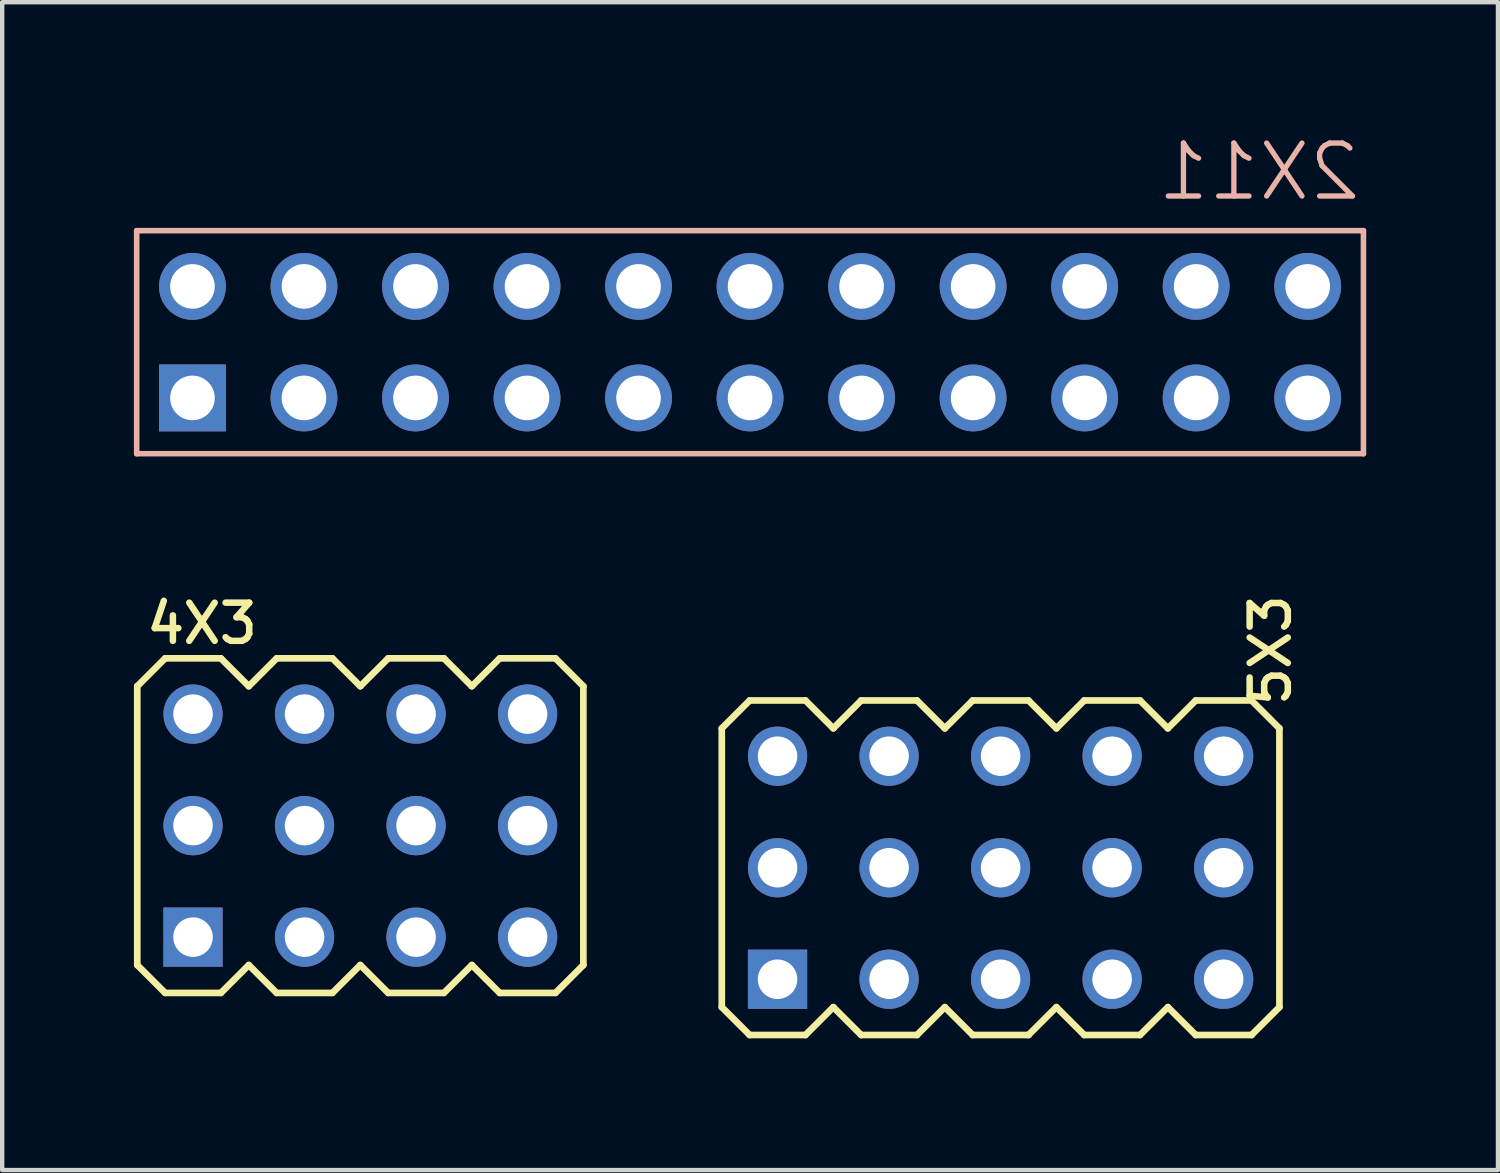
<source format=kicad_pcb>
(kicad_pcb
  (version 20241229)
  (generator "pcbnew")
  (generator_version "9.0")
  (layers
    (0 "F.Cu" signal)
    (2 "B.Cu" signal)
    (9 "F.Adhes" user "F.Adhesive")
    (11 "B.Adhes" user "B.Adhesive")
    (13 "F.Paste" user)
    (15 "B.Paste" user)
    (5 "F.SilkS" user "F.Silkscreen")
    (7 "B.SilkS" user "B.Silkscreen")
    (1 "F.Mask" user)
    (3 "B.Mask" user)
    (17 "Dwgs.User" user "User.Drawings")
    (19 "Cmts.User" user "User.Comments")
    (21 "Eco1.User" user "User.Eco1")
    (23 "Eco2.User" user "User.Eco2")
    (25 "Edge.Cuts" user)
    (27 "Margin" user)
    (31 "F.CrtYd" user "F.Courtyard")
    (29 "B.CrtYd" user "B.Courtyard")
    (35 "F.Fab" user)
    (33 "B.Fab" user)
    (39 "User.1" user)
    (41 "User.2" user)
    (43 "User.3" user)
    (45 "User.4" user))
  (footprint "2X11"
    (layer "F.Cu")
    (at 11.493 4.743)
    (property "Reference" "2X11" (at 16.51 -3.175 0) (layer "B.SilkS") (effects (font (size 1.206 1.206) (thickness 0.121)) (justify left bottom mirror)))
    (attr through_hole)
    (fp_line (start -11.43 -2.54) (end -11.43 2.54) (stroke (width 0.127) (type solid)) (layer "B.SilkS"))
    (fp_line (start -11.43 2.54) (end 16.51 2.54) (stroke (width 0.127) (type solid)) (layer "B.SilkS"))
    (fp_line (start 16.51 -2.54) (end -11.43 -2.54) (stroke (width 0.127) (type solid)) (layer "B.SilkS"))
    (fp_line (start 16.51 2.54) (end 16.51 -2.54) (stroke (width 0.127) (type solid)) (layer "B.SilkS"))
    (fp_poly (pts (xy -10.414 -1.016) (xy -9.906 -1.016) (xy -9.906 -1.524) (xy -10.414 -1.524)) (stroke (width 0.1) (type solid)) (fill no) (layer "F.Fab"))
    (fp_poly (pts (xy -10.414 1.524) (xy -9.906 1.524) (xy -9.906 1.016) (xy -10.414 1.016)) (stroke (width 0.1) (type solid)) (fill no) (layer "F.Fab"))
    (fp_poly (pts (xy -7.874 -1.016) (xy -7.366 -1.016) (xy -7.366 -1.524) (xy -7.874 -1.524)) (stroke (width 0.1) (type solid)) (fill no) (layer "F.Fab"))
    (fp_poly (pts (xy -7.874 1.524) (xy -7.366 1.524) (xy -7.366 1.016) (xy -7.874 1.016)) (stroke (width 0.1) (type solid)) (fill no) (layer "F.Fab"))
    (fp_poly (pts (xy -5.334 -1.016) (xy -4.826 -1.016) (xy -4.826 -1.524) (xy -5.334 -1.524)) (stroke (width 0.1) (type solid)) (fill no) (layer "F.Fab"))
    (fp_poly (pts (xy -5.334 1.524) (xy -4.826 1.524) (xy -4.826 1.016) (xy -5.334 1.016)) (stroke (width 0.1) (type solid)) (fill no) (layer "F.Fab"))
    (fp_poly (pts (xy -2.794 -1.016) (xy -2.286 -1.016) (xy -2.286 -1.524) (xy -2.794 -1.524)) (stroke (width 0.1) (type solid)) (fill no) (layer "F.Fab"))
    (fp_poly (pts (xy -2.794 1.524) (xy -2.286 1.524) (xy -2.286 1.016) (xy -2.794 1.016)) (stroke (width 0.1) (type solid)) (fill no) (layer "F.Fab"))
    (fp_poly (pts (xy -0.254 -1.016) (xy 0.254 -1.016) (xy 0.254 -1.524) (xy -0.254 -1.524)) (stroke (width 0.1) (type solid)) (fill no) (layer "F.Fab"))
    (fp_poly (pts (xy -0.254 1.524) (xy 0.254 1.524) (xy 0.254 1.016) (xy -0.254 1.016)) (stroke (width 0.1) (type solid)) (fill no) (layer "F.Fab"))
    (fp_poly (pts (xy 2.286 -1.016) (xy 2.794 -1.016) (xy 2.794 -1.524) (xy 2.286 -1.524)) (stroke (width 0.1) (type solid)) (fill no) (layer "F.Fab"))
    (fp_poly (pts (xy 2.286 1.524) (xy 2.794 1.524) (xy 2.794 1.016) (xy 2.286 1.016)) (stroke (width 0.1) (type solid)) (fill no) (layer "F.Fab"))
    (fp_poly (pts (xy 4.826 -1.016) (xy 5.334 -1.016) (xy 5.334 -1.524) (xy 4.826 -1.524)) (stroke (width 0.1) (type solid)) (fill no) (layer "F.Fab"))
    (fp_poly (pts (xy 4.826 1.524) (xy 5.334 1.524) (xy 5.334 1.016) (xy 4.826 1.016)) (stroke (width 0.1) (type solid)) (fill no) (layer "F.Fab"))
    (fp_poly (pts (xy 7.366 -1.016) (xy 7.874 -1.016) (xy 7.874 -1.524) (xy 7.366 -1.524)) (stroke (width 0.1) (type solid)) (fill no) (layer "F.Fab"))
    (fp_poly (pts (xy 7.366 1.524) (xy 7.874 1.524) (xy 7.874 1.016) (xy 7.366 1.016)) (stroke (width 0.1) (type solid)) (fill no) (layer "F.Fab"))
    (fp_poly (pts (xy 9.906 -1.016) (xy 10.414 -1.016) (xy 10.414 -1.524) (xy 9.906 -1.524)) (stroke (width 0.1) (type solid)) (fill no) (layer "F.Fab"))
    (fp_poly (pts (xy 9.906 1.524) (xy 10.414 1.524) (xy 10.414 1.016) (xy 9.906 1.016)) (stroke (width 0.1) (type solid)) (fill no) (layer "F.Fab"))
    (pad "1" thru_hole rect (at -10.16 1.27) (size 1.524 1.524) (drill 1.016) (layers "*.Cu" "*.Mask"))
    (pad "2" thru_hole circle (at -10.16 -1.27) (size 1.524 1.524) (drill 1.016) (layers "*.Cu" "*.Mask"))
    (pad "3" thru_hole circle (at -7.62 1.27) (size 1.524 1.524) (drill 1.016) (layers "*.Cu" "*.Mask"))
    (pad "4" thru_hole circle (at -7.62 -1.27) (size 1.524 1.524) (drill 1.016) (layers "*.Cu" "*.Mask"))
    (pad "5" thru_hole circle (at -5.08 1.27) (size 1.524 1.524) (drill 1.016) (layers "*.Cu" "*.Mask"))
    (pad "6" thru_hole circle (at -5.08 -1.27) (size 1.524 1.524) (drill 1.016) (layers "*.Cu" "*.Mask"))
    (pad "7" thru_hole circle (at -2.54 1.27) (size 1.524 1.524) (drill 1.016) (layers "*.Cu" "*.Mask"))
    (pad "8" thru_hole circle (at -2.54 -1.27) (size 1.524 1.524) (drill 1.016) (layers "*.Cu" "*.Mask"))
    (pad "9" thru_hole circle (at 0 1.27) (size 1.524 1.524) (drill 1.016) (layers "*.Cu" "*.Mask"))
    (pad "10" thru_hole circle (at 0 -1.27) (size 1.524 1.524) (drill 1.016) (layers "*.Cu" "*.Mask"))
    (pad "11" thru_hole circle (at 2.54 1.27) (size 1.524 1.524) (drill 1.016) (layers "*.Cu" "*.Mask"))
    (pad "12" thru_hole circle (at 2.54 -1.27) (size 1.524 1.524) (drill 1.016) (layers "*.Cu" "*.Mask"))
    (pad "13" thru_hole circle (at 5.08 1.27) (size 1.524 1.524) (drill 1.016) (layers "*.Cu" "*.Mask"))
    (pad "14" thru_hole circle (at 5.08 -1.27) (size 1.524 1.524) (drill 1.016) (layers "*.Cu" "*.Mask"))
    (pad "15" thru_hole circle (at 7.62 1.27) (size 1.524 1.524) (drill 1.016) (layers "*.Cu" "*.Mask"))
    (pad "16" thru_hole circle (at 7.62 -1.27) (size 1.524 1.524) (drill 1.016) (layers "*.Cu" "*.Mask"))
    (pad "17" thru_hole circle (at 10.16 1.27) (size 1.524 1.524) (drill 1.016) (layers "*.Cu" "*.Mask"))
    (pad "18" thru_hole circle (at 10.16 -1.27) (size 1.524 1.524) (drill 1.016) (layers "*.Cu" "*.Mask"))
    (pad "19" thru_hole circle (at 12.7 1.27) (size 1.524 1.524) (drill 1.016) (layers "*.Cu" "*.Mask"))
    (pad "20" thru_hole circle (at 12.7 -1.27) (size 1.524 1.524) (drill 1.016) (layers "*.Cu" "*.Mask"))
    (pad "21" thru_hole circle (at 15.24 1.27) (size 1.524 1.524) (drill 1.016) (layers "*.Cu" "*.Mask"))
    (pad "22" thru_hole circle (at 15.24 -1.27) (size 1.524 1.524) (drill 1.016) (layers "*.Cu" "*.Mask")))
  (footprint "5X3"
    (layer "F.Cu")
    (at 17.199 16.713)
    (property "Reference" "5X3" (at 9.195 -3.615 270) (layer "F.SilkS") (effects (font (size 0.869 0.869) (thickness 0.148)) (justify left bottom)))
    (attr through_hole)
    (fp_line (start -3.81 -3.175) (end -3.81 3.175) (stroke (width 0.152) (type solid)) (layer "F.SilkS"))
    (fp_line (start -3.81 3.175) (end -3.175 3.81) (stroke (width 0.152) (type solid)) (layer "F.SilkS"))
    (fp_line (start -3.175 -3.81) (end -3.81 -3.175) (stroke (width 0.152) (type solid)) (layer "F.SilkS"))
    (fp_line (start -3.175 3.81) (end -1.905 3.81) (stroke (width 0.152) (type solid)) (layer "F.SilkS"))
    (fp_line (start -1.905 -3.81) (end -3.175 -3.81) (stroke (width 0.152) (type solid)) (layer "F.SilkS"))
    (fp_line (start -1.905 3.81) (end -1.27 3.175) (stroke (width 0.152) (type solid)) (layer "F.SilkS"))
    (fp_line (start -1.27 -3.175) (end -1.905 -3.81) (stroke (width 0.152) (type solid)) (layer "F.SilkS"))
    (fp_line (start -1.27 3.175) (end -0.635 3.81) (stroke (width 0.152) (type solid)) (layer "F.SilkS"))
    (fp_line (start -0.635 -3.81) (end -1.27 -3.175) (stroke (width 0.152) (type solid)) (layer "F.SilkS"))
    (fp_line (start -0.635 3.81) (end 0.635 3.81) (stroke (width 0.152) (type solid)) (layer "F.SilkS"))
    (fp_line (start 0.635 -3.81) (end -0.635 -3.81) (stroke (width 0.152) (type solid)) (layer "F.SilkS"))
    (fp_line (start 0.635 3.81) (end 1.27 3.175) (stroke (width 0.152) (type solid)) (layer "F.SilkS"))
    (fp_line (start 1.27 -3.175) (end 0.635 -3.81) (stroke (width 0.152) (type solid)) (layer "F.SilkS"))
    (fp_line (start 1.27 3.175) (end 1.905 3.81) (stroke (width 0.152) (type solid)) (layer "F.SilkS"))
    (fp_line (start 1.905 -3.81) (end 1.27 -3.175) (stroke (width 0.152) (type solid)) (layer "F.SilkS"))
    (fp_line (start 1.905 3.81) (end 3.175 3.81) (stroke (width 0.152) (type solid)) (layer "F.SilkS"))
    (fp_line (start 3.175 -3.81) (end 1.905 -3.81) (stroke (width 0.152) (type solid)) (layer "F.SilkS"))
    (fp_line (start 3.175 3.81) (end 3.81 3.175) (stroke (width 0.152) (type solid)) (layer "F.SilkS"))
    (fp_line (start 3.81 -3.175) (end 3.175 -3.81) (stroke (width 0.152) (type solid)) (layer "F.SilkS"))
    (fp_line (start 3.81 3.175) (end 4.445 3.81) (stroke (width 0.152) (type solid)) (layer "F.SilkS"))
    (fp_line (start 4.445 -3.81) (end 3.81 -3.175) (stroke (width 0.152) (type solid)) (layer "F.SilkS"))
    (fp_line (start 4.445 3.81) (end 5.715 3.81) (stroke (width 0.152) (type solid)) (layer "F.SilkS"))
    (fp_line (start 5.715 -3.81) (end 4.445 -3.81) (stroke (width 0.152) (type solid)) (layer "F.SilkS"))
    (fp_line (start 5.715 3.81) (end 6.35 3.175) (stroke (width 0.152) (type solid)) (layer "F.SilkS"))
    (fp_line (start 6.35 -3.175) (end 5.715 -3.81) (stroke (width 0.152) (type solid)) (layer "F.SilkS"))
    (fp_line (start 6.35 3.175) (end 6.985 3.81) (stroke (width 0.152) (type solid)) (layer "F.SilkS"))
    (fp_line (start 6.985 -3.81) (end 6.35 -3.175) (stroke (width 0.152) (type solid)) (layer "F.SilkS"))
    (fp_line (start 6.985 3.81) (end 8.255 3.81) (stroke (width 0.152) (type solid)) (layer "F.SilkS"))
    (fp_line (start 8.255 -3.81) (end 6.985 -3.81) (stroke (width 0.152) (type solid)) (layer "F.SilkS"))
    (fp_line (start 8.255 3.81) (end 8.89 3.175) (stroke (width 0.152) (type solid)) (layer "F.SilkS"))
    (fp_line (start 8.89 -3.175) (end 8.255 -3.81) (stroke (width 0.152) (type solid)) (layer "F.SilkS"))
    (fp_line (start 8.89 3.175) (end 8.89 -3.175) (stroke (width 0.152) (type solid)) (layer "F.SilkS"))
    (pad "A0" thru_hole rect (at -2.54 2.54) (size 1.35 1.35) (drill 0.9) (layers "*.Cu" "*.Mask"))
    (pad "A1" thru_hole circle (at -2.54 0) (size 1.35 1.35) (drill 0.9) (layers "*.Cu" "*.Mask"))
    (pad "A2" thru_hole circle (at -2.54 -2.54) (size 1.35 1.35) (drill 0.9) (layers "*.Cu" "*.Mask"))
    (pad "B0" thru_hole circle (at 0 2.54) (size 1.35 1.35) (drill 0.9) (layers "*.Cu" "*.Mask"))
    (pad "B1" thru_hole circle (at 0 0) (size 1.35 1.35) (drill 0.9) (layers "*.Cu" "*.Mask"))
    (pad "B2" thru_hole circle (at 0 -2.54) (size 1.35 1.35) (drill 0.9) (layers "*.Cu" "*.Mask"))
    (pad "C0" thru_hole circle (at 2.54 2.54) (size 1.35 1.35) (drill 0.9) (layers "*.Cu" "*.Mask"))
    (pad "C1" thru_hole circle (at 2.54 0) (size 1.35 1.35) (drill 0.9) (layers "*.Cu" "*.Mask"))
    (pad "C2" thru_hole circle (at 2.54 -2.54) (size 1.35 1.35) (drill 0.9) (layers "*.Cu" "*.Mask"))
    (pad "D0" thru_hole circle (at 5.08 2.54) (size 1.35 1.35) (drill 0.9) (layers "*.Cu" "*.Mask"))
    (pad "D1" thru_hole circle (at 5.08 0) (size 1.35 1.35) (drill 0.9) (layers "*.Cu" "*.Mask"))
    (pad "D2" thru_hole circle (at 5.08 -2.54) (size 1.35 1.35) (drill 0.9) (layers "*.Cu" "*.Mask"))
    (pad "E0" thru_hole circle (at 7.62 2.54) (size 1.35 1.35) (drill 0.9) (layers "*.Cu" "*.Mask"))
    (pad "E1" thru_hole circle (at 7.62 0) (size 1.35 1.35) (drill 0.9) (layers "*.Cu" "*.Mask"))
    (pad "E2" thru_hole circle (at 7.62 -2.54) (size 1.35 1.35) (drill 0.9) (layers "*.Cu" "*.Mask")))
  (footprint "4X3"
    (layer "F.Cu")
    (at 5.156 15.754)
    (property "Reference" "4X3" (at -4.945 -4.095 0) (layer "F.SilkS") (effects (font (size 0.869 0.869) (thickness 0.148)) (justify left bottom)))
    (attr through_hole)
    (fp_line (start -5.08 -3.175) (end -5.08 3.175) (stroke (width 0.152) (type solid)) (layer "F.SilkS"))
    (fp_line (start -5.08 3.175) (end -4.445 3.81) (stroke (width 0.152) (type solid)) (layer "F.SilkS"))
    (fp_line (start -4.445 -3.81) (end -5.08 -3.175) (stroke (width 0.152) (type solid)) (layer "F.SilkS"))
    (fp_line (start -4.445 3.81) (end -3.175 3.81) (stroke (width 0.152) (type solid)) (layer "F.SilkS"))
    (fp_line (start -3.175 -3.81) (end -4.445 -3.81) (stroke (width 0.152) (type solid)) (layer "F.SilkS"))
    (fp_line (start -3.175 3.81) (end -2.54 3.175) (stroke (width 0.152) (type solid)) (layer "F.SilkS"))
    (fp_line (start -2.54 -3.175) (end -3.175 -3.81) (stroke (width 0.152) (type solid)) (layer "F.SilkS"))
    (fp_line (start -2.54 3.175) (end -1.905 3.81) (stroke (width 0.152) (type solid)) (layer "F.SilkS"))
    (fp_line (start -1.905 -3.81) (end -2.54 -3.175) (stroke (width 0.152) (type solid)) (layer "F.SilkS"))
    (fp_line (start -1.905 3.81) (end -0.635 3.81) (stroke (width 0.152) (type solid)) (layer "F.SilkS"))
    (fp_line (start -0.635 -3.81) (end -1.905 -3.81) (stroke (width 0.152) (type solid)) (layer "F.SilkS"))
    (fp_line (start -0.635 3.81) (end 0 3.175) (stroke (width 0.152) (type solid)) (layer "F.SilkS"))
    (fp_line (start 0 -3.175) (end -0.635 -3.81) (stroke (width 0.152) (type solid)) (layer "F.SilkS"))
    (fp_line (start 0 3.175) (end 0.635 3.81) (stroke (width 0.152) (type solid)) (layer "F.SilkS"))
    (fp_line (start 0.635 -3.81) (end 0 -3.175) (stroke (width 0.152) (type solid)) (layer "F.SilkS"))
    (fp_line (start 0.635 3.81) (end 1.905 3.81) (stroke (width 0.152) (type solid)) (layer "F.SilkS"))
    (fp_line (start 1.905 -3.81) (end 0.635 -3.81) (stroke (width 0.152) (type solid)) (layer "F.SilkS"))
    (fp_line (start 1.905 3.81) (end 2.54 3.175) (stroke (width 0.152) (type solid)) (layer "F.SilkS"))
    (fp_line (start 2.54 -3.175) (end 1.905 -3.81) (stroke (width 0.152) (type solid)) (layer "F.SilkS"))
    (fp_line (start 2.54 3.175) (end 3.175 3.81) (stroke (width 0.152) (type solid)) (layer "F.SilkS"))
    (fp_line (start 3.175 -3.81) (end 2.54 -3.175) (stroke (width 0.152) (type solid)) (layer "F.SilkS"))
    (fp_line (start 3.175 3.81) (end 4.445 3.81) (stroke (width 0.152) (type solid)) (layer "F.SilkS"))
    (fp_line (start 4.445 -3.81) (end 3.175 -3.81) (stroke (width 0.152) (type solid)) (layer "F.SilkS"))
    (fp_line (start 4.445 3.81) (end 5.08 3.175) (stroke (width 0.152) (type solid)) (layer "F.SilkS"))
    (fp_line (start 5.08 -3.175) (end 4.445 -3.81) (stroke (width 0.152) (type solid)) (layer "F.SilkS"))
    (fp_line (start 5.08 -3.175) (end 5.08 3.175) (stroke (width 0.152) (type solid)) (layer "F.SilkS"))
    (pad "A0" thru_hole rect (at -3.81 2.54) (size 1.35 1.35) (drill 0.9) (layers "*.Cu" "*.Mask"))
    (pad "A1" thru_hole circle (at -3.81 0) (size 1.35 1.35) (drill 0.9) (layers "*.Cu" "*.Mask"))
    (pad "A2" thru_hole circle (at -3.81 -2.54) (size 1.35 1.35) (drill 0.9) (layers "*.Cu" "*.Mask"))
    (pad "B0" thru_hole circle (at -1.27 2.54) (size 1.35 1.35) (drill 0.9) (layers "*.Cu" "*.Mask"))
    (pad "B1" thru_hole circle (at -1.27 0) (size 1.35 1.35) (drill 0.9) (layers "*.Cu" "*.Mask"))
    (pad "B2" thru_hole circle (at -1.27 -2.54) (size 1.35 1.35) (drill 0.9) (layers "*.Cu" "*.Mask"))
    (pad "C0" thru_hole circle (at 1.27 2.54) (size 1.35 1.35) (drill 0.9) (layers "*.Cu" "*.Mask"))
    (pad "C1" thru_hole circle (at 1.27 0) (size 1.35 1.35) (drill 0.9) (layers "*.Cu" "*.Mask"))
    (pad "C2" thru_hole circle (at 1.27 -2.54) (size 1.35 1.35) (drill 0.9) (layers "*.Cu" "*.Mask"))
    (pad "D0" thru_hole circle (at 3.81 2.54) (size 1.35 1.35) (drill 0.9) (layers "*.Cu" "*.Mask"))
    (pad "D1" thru_hole circle (at 3.81 0) (size 1.35 1.35) (drill 0.9) (layers "*.Cu" "*.Mask"))
    (pad "D2" thru_hole circle (at 3.81 -2.54) (size 1.35 1.35) (drill 0.9) (layers "*.Cu" "*.Mask")))
  (gr_rect
    (start -3 -3)
    (end 31.067 23.599)
    (stroke (width 0.1) (type default))
    (fill no)
    (layer "Edge.Cuts")))
</source>
